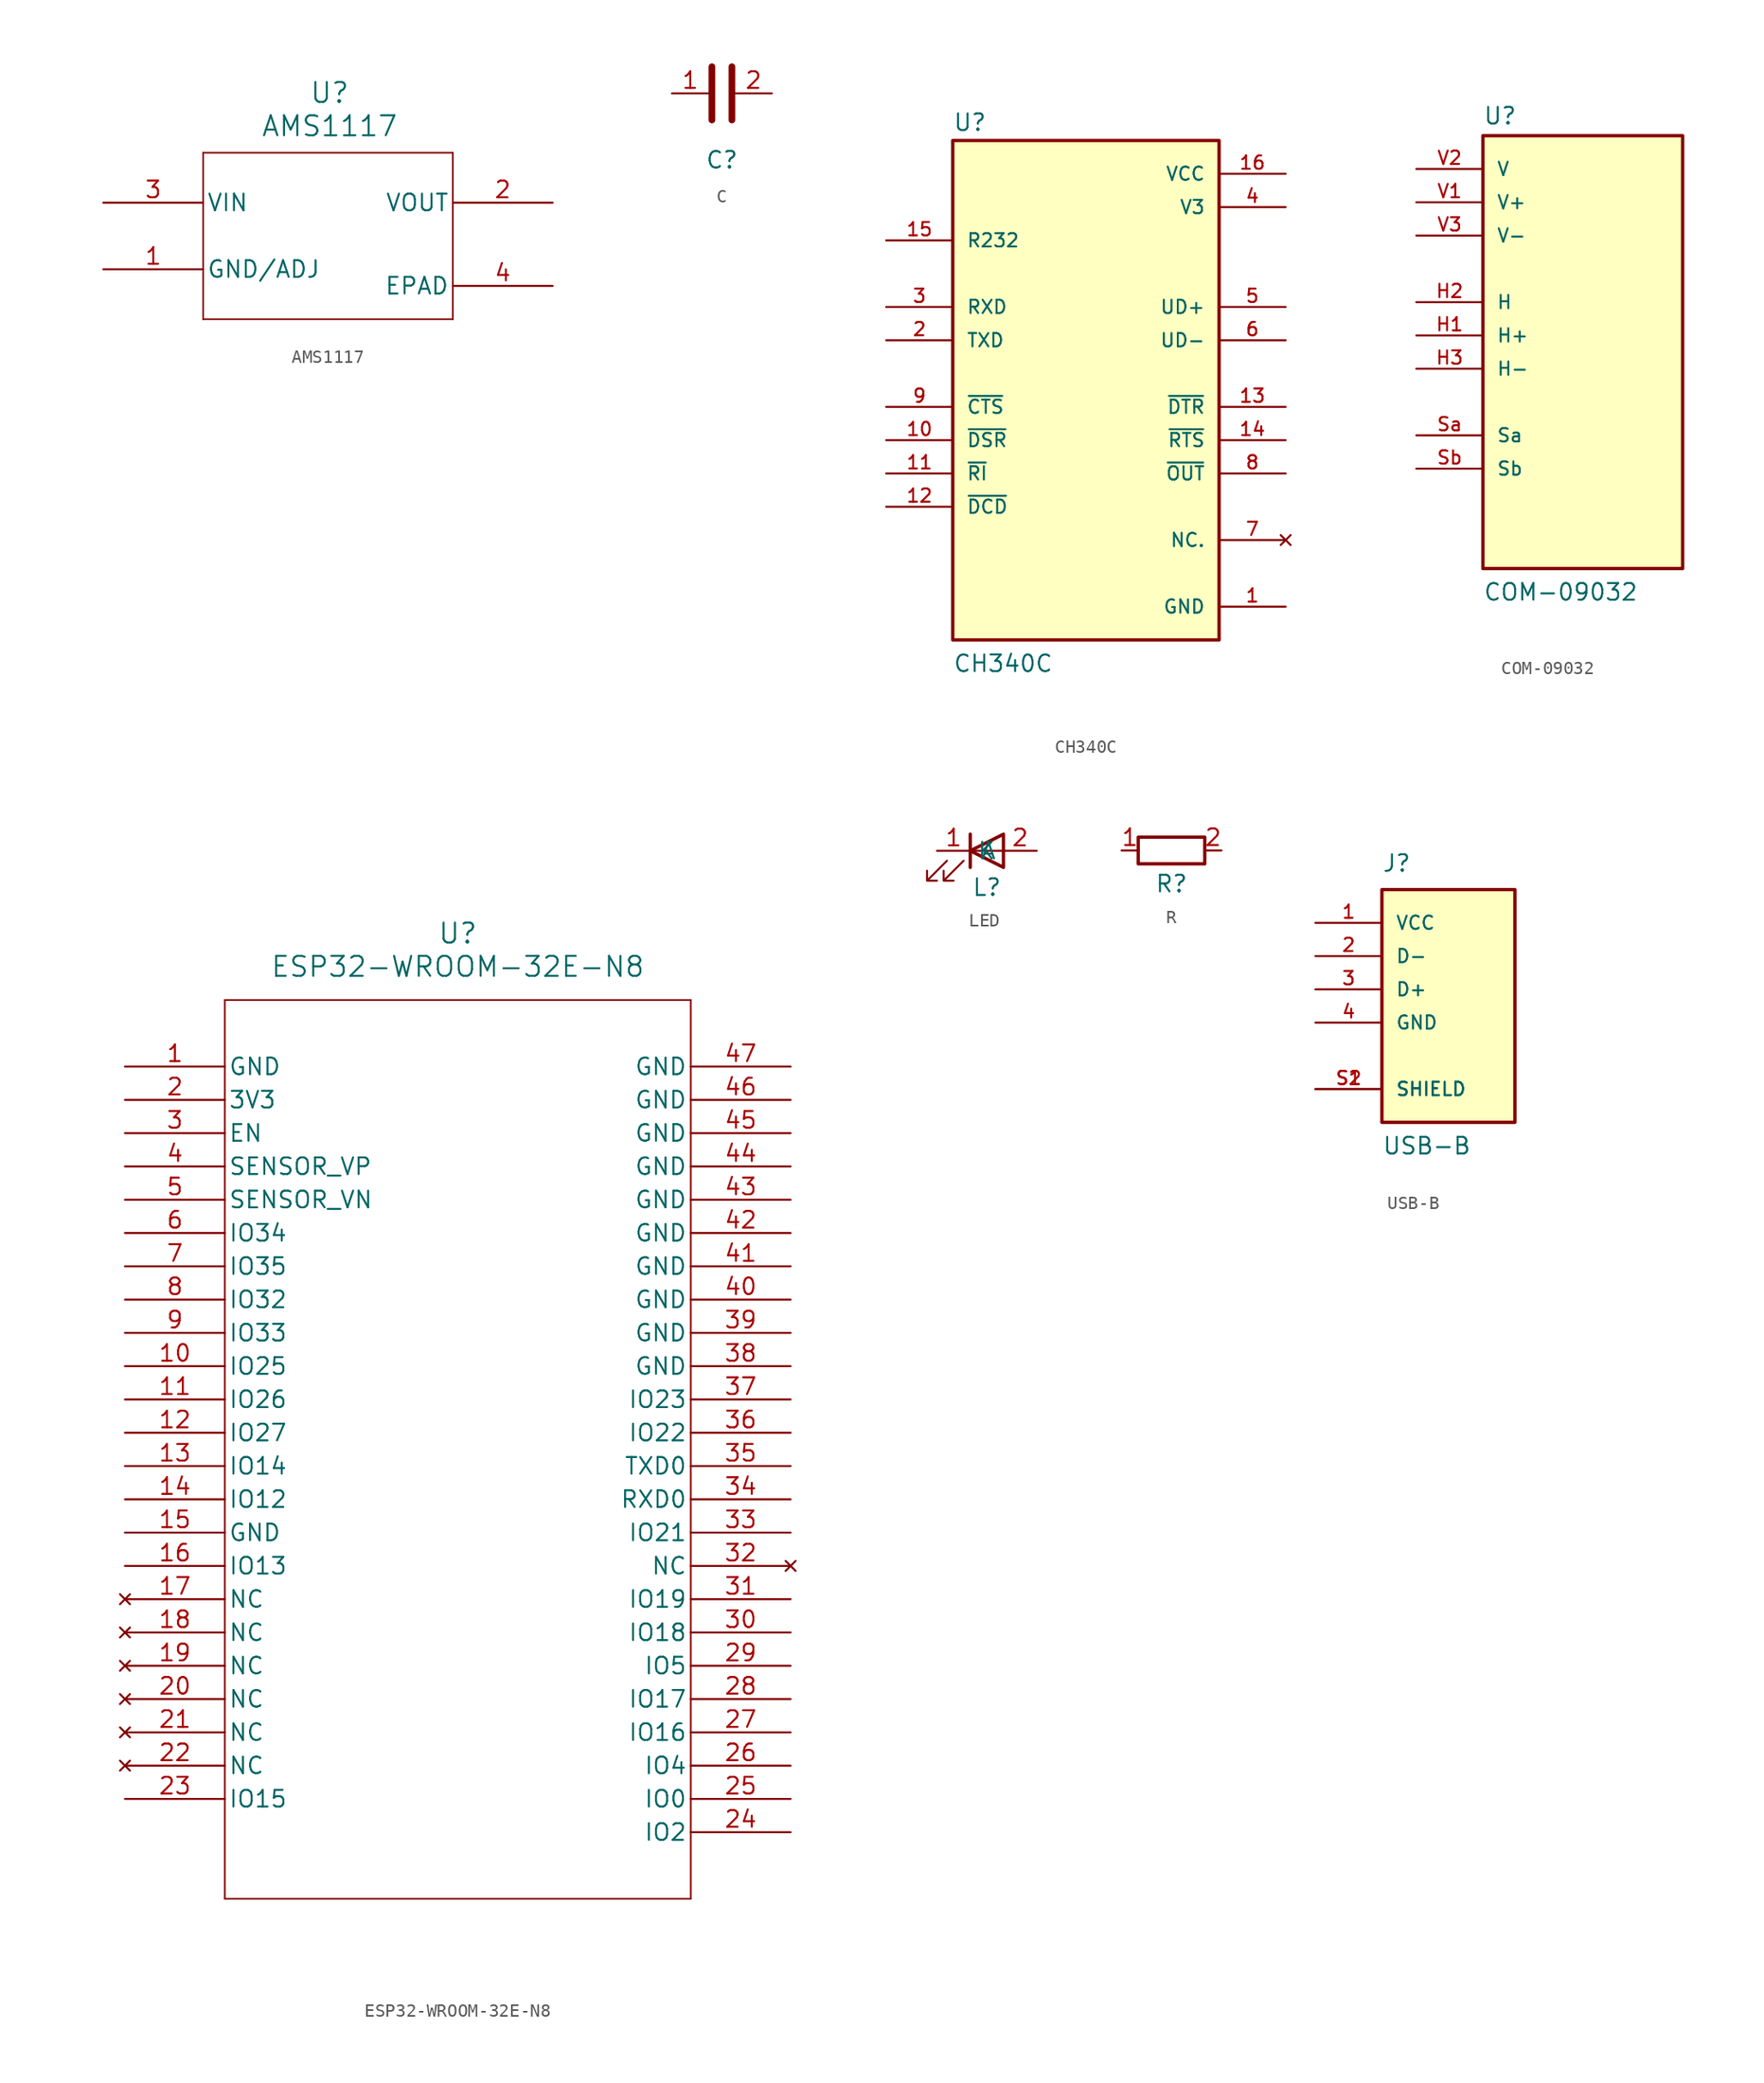
<source format=kicad_sym>
(kicad_symbol_lib
  (version 20231120)
  (generator "kicad_symbol_editor")
  (generator_version "8.0")
  (symbol "AMS1117"
    (pin_names
      (offset 0.254))
    (property "Reference" "U"
      (at -0.508 9.652 0)
      (effects (font (size 1.524 1.524))))
    (property "Value" "AMS1117"
      (at -0.508 7.112 0)
      (effects (font (size 1.524 1.524))))
    (property "ki_locked" ""
      (at 0 0 0)
      (effects (font (size 1.27 1.27))))
    (symbol "AMS1117_0_1"
      (polyline (pts (xy -10.16 -7.62) (xy 8.89 -7.62)) (stroke (width 0.127) (type default)) (fill (type none)))
      (polyline (pts (xy -10.16 5.08) (xy -10.16 -7.62)) (stroke (width 0.127) (type default)) (fill (type none)))
      (polyline (pts (xy 8.89 -7.62) (xy 8.89 5.08)) (stroke (width 0.127) (type default)) (fill (type none)))
      (polyline (pts (xy 8.89 5.08) (xy -10.16 5.08)) (stroke (width 0.127) (type default)) (fill (type none)))
      (pin output line (at 16.51 1.27 180) (length 7.62) (name "VOUT" (effects (font (size 1.27 1.27)))) (number "2" (effects (font (size 1.27 1.27)))))
      (pin input line (at -17.78 1.27 0) (length 7.62) (name "VIN" (effects (font (size 1.27 1.27)))) (number "3" (effects (font (size 1.27 1.27)))))
      (pin power_in line (at 16.51 -5.08 180) (length 7.62) (name "EPAD" (effects (font (size 1.27 1.27)))) (number "4" (effects (font (size 1.27 1.27))))))
    (symbol "AMS1117_1_1"
      (pin power_out line (at -17.78 -3.81 0) (length 7.62) (name "GND/ADJ" (effects (font (size 1.27 1.27)))) (number "1" (effects (font (size 1.27 1.27)))))))
  (symbol "C"
    (property "Reference" "C"
      (at 0 0 0)
      (effects (font (size 1.27 1.27))))
    (property "Value" ""
      (at 0 0 0)
      (effects (font (size 1.27 1.27))))
    (symbol "C_0_1"
      (polyline (pts (xy -0.762 3.048) (xy -0.762 7.112)) (stroke (width 0.508) (type default)) (fill (type none)))
      (polyline (pts (xy 0.762 3.048) (xy 0.762 7.112)) (stroke (width 0.508) (type default)) (fill (type none))))
    (symbol "C_1_1"
      (pin passive line (at -3.81 5.08 0) (length 2.794) (name "~" (effects (font (size 1.27 1.27)))) (number "1" (effects (font (size 1.27 1.27)))))
      (pin passive line (at 3.81 5.08 180) (length 2.794) (name "~" (effects (font (size 1.27 1.27)))) (number "2" (effects (font (size 1.27 1.27)))))))
  (symbol "CH340C"
    (pin_names
      (offset 1.016))
    (property "Reference" "U"
      (at -10.16 20.955 0)
      (effects (font (size 1.27 1.27)) (justify left bottom)))
    (property "Value" "CH340C"
      (at -10.16 -20.32 0)
      (effects (font (size 1.27 1.27)) (justify left bottom)))
    (symbol "CH340C_0_0"
      (rectangle (start -10.16 -17.78) (end 10.16 20.32) (stroke (width 0.254) (type default)) (fill (type background)))
      (pin power_in line (at 15.24 -15.24 180) (length 5.08) (name "GND" (effects (font (size 1.016 1.016)))) (number "1" (effects (font (size 1.016 1.016)))))
      (pin input line (at -15.24 -2.54 0) (length 5.08) (name "~{DSR}" (effects (font (size 1.016 1.016)))) (number "10" (effects (font (size 1.016 1.016)))))
      (pin input line (at -15.24 -5.08 0) (length 5.08) (name "~{RI}" (effects (font (size 1.016 1.016)))) (number "11" (effects (font (size 1.016 1.016)))))
      (pin input line (at -15.24 -7.62 0) (length 5.08) (name "~{DCD}" (effects (font (size 1.016 1.016)))) (number "12" (effects (font (size 1.016 1.016)))))
      (pin output line (at 15.24 0 180) (length 5.08) (name "~{DTR}" (effects (font (size 1.016 1.016)))) (number "13" (effects (font (size 1.016 1.016)))))
      (pin output line (at 15.24 -2.54 180) (length 5.08) (name "~{RTS}" (effects (font (size 1.016 1.016)))) (number "14" (effects (font (size 1.016 1.016)))))
      (pin input line (at -15.24 12.7 0) (length 5.08) (name "R232" (effects (font (size 1.016 1.016)))) (number "15" (effects (font (size 1.016 1.016)))))
      (pin power_in line (at 15.24 17.78 180) (length 5.08) (name "VCC" (effects (font (size 1.016 1.016)))) (number "16" (effects (font (size 1.016 1.016)))))
      (pin output line (at -15.24 5.08 0) (length 5.08) (name "TXD" (effects (font (size 1.016 1.016)))) (number "2" (effects (font (size 1.016 1.016)))))
      (pin input line (at -15.24 7.62 0) (length 5.08) (name "RXD" (effects (font (size 1.016 1.016)))) (number "3" (effects (font (size 1.016 1.016)))))
      (pin power_in line (at 15.24 15.24 180) (length 5.08) (name "V3" (effects (font (size 1.016 1.016)))) (number "4" (effects (font (size 1.016 1.016)))))
      (pin bidirectional line (at 15.24 7.62 180) (length 5.08) (name "UD+" (effects (font (size 1.016 1.016)))) (number "5" (effects (font (size 1.016 1.016)))))
      (pin bidirectional line (at 15.24 5.08 180) (length 5.08) (name "UD-" (effects (font (size 1.016 1.016)))) (number "6" (effects (font (size 1.016 1.016)))))
      (pin no_connect line (at 15.24 -10.16 180) (length 5.08) (name "NC." (effects (font (size 1.016 1.016)))) (number "7" (effects (font (size 1.016 1.016)))))
      (pin output line (at 15.24 -5.08 180) (length 5.08) (name "~{OUT}" (effects (font (size 1.016 1.016)))) (number "8" (effects (font (size 1.016 1.016)))))
      (pin input line (at -15.24 0 0) (length 5.08) (name "~{CTS}" (effects (font (size 1.016 1.016)))) (number "9" (effects (font (size 1.016 1.016)))))))
  (symbol "COM-09032"
    (pin_names
      (offset 1.016))
    (property "Reference" "U"
      (at -7.62 16.002 0)
      (effects (font (size 1.27 1.27)) (justify left bottom)))
    (property "Value" "COM-09032"
      (at -7.62 -20.32 0)
      (effects (font (size 1.27 1.27)) (justify left bottom)))
    (symbol "COM-09032_0_0"
      (rectangle (start -7.62 -17.78) (end 7.62 15.24) (stroke (width 0.254) (type default)) (fill (type background)))
      (pin passive line (at -12.7 0 0) (length 5.08) (name "H+" (effects (font (size 1.016 1.016)))) (number "H1" (effects (font (size 1.016 1.016)))))
      (pin passive line (at -12.7 2.54 0) (length 5.08) (name "H" (effects (font (size 1.016 1.016)))) (number "H2" (effects (font (size 1.016 1.016)))))
      (pin passive line (at -12.7 -2.54 0) (length 5.08) (name "H-" (effects (font (size 1.016 1.016)))) (number "H3" (effects (font (size 1.016 1.016)))))
      (pin passive line (at -12.7 10.16 0) (length 5.08) (name "V+" (effects (font (size 1.016 1.016)))) (number "V1" (effects (font (size 1.016 1.016)))))
      (pin passive line (at -12.7 12.7 0) (length 5.08) (name "V" (effects (font (size 1.016 1.016)))) (number "V2" (effects (font (size 1.016 1.016)))))
      (pin passive line (at -12.7 7.62 0) (length 5.08) (name "V-" (effects (font (size 1.016 1.016)))) (number "V3" (effects (font (size 1.016 1.016))))))
    (symbol "COM-09032_1_0"
      (pin passive line (at -12.7 -7.62 0) (length 5.08) (name "Sa" (effects (font (size 1.016 1.016)))) (number "Sa" (effects (font (size 1.016 1.016)))))
      (pin passive line (at -12.7 -10.16 0) (length 5.08) (name "Sb" (effects (font (size 1.016 1.016)))) (number "Sb" (effects (font (size 1.016 1.016)))))))
  (symbol "ESP32-WROOM-32E-N8"
    (pin_names
      (offset 0.254))
    (property "Reference" "U"
      (at 25.4 10.16 0)
      (effects (font (size 1.524 1.524))))
    (property "Value" "ESP32-WROOM-32E-N8"
      (at 25.4 7.62 0)
      (effects (font (size 1.524 1.524))))
    (property "ki_locked" ""
      (at 0 0 0)
      (effects (font (size 1.27 1.27))))
    (symbol "ESP32-WROOM-32E-N8_0_1"
      (polyline (pts (xy 7.62 -63.5) (xy 43.18 -63.5)) (stroke (width 0.127) (type default)) (fill (type none)))
      (polyline (pts (xy 7.62 5.08) (xy 7.62 -63.5)) (stroke (width 0.127) (type default)) (fill (type none)))
      (polyline (pts (xy 43.18 -63.5) (xy 43.18 5.08)) (stroke (width 0.127) (type default)) (fill (type none)))
      (polyline (pts (xy 43.18 5.08) (xy 7.62 5.08)) (stroke (width 0.127) (type default)) (fill (type none)))
      (pin power_out line (at 0 0 0) (length 7.62) (name "GND" (effects (font (size 1.27 1.27)))) (number "1" (effects (font (size 1.27 1.27)))))
      (pin bidirectional line (at 0 -22.86 0) (length 7.62) (name "IO25" (effects (font (size 1.27 1.27)))) (number "10" (effects (font (size 1.27 1.27)))))
      (pin bidirectional line (at 0 -25.4 0) (length 7.62) (name "IO26" (effects (font (size 1.27 1.27)))) (number "11" (effects (font (size 1.27 1.27)))))
      (pin bidirectional line (at 0 -27.94 0) (length 7.62) (name "IO27" (effects (font (size 1.27 1.27)))) (number "12" (effects (font (size 1.27 1.27)))))
      (pin bidirectional line (at 0 -30.48 0) (length 7.62) (name "IO14" (effects (font (size 1.27 1.27)))) (number "13" (effects (font (size 1.27 1.27)))))
      (pin bidirectional line (at 0 -33.02 0) (length 7.62) (name "IO12" (effects (font (size 1.27 1.27)))) (number "14" (effects (font (size 1.27 1.27)))))
      (pin power_out line (at 0 -35.56 0) (length 7.62) (name "GND" (effects (font (size 1.27 1.27)))) (number "15" (effects (font (size 1.27 1.27)))))
      (pin bidirectional line (at 0 -38.1 0) (length 7.62) (name "IO13" (effects (font (size 1.27 1.27)))) (number "16" (effects (font (size 1.27 1.27)))))
      (pin no_connect line (at 0 -40.64 0) (length 7.62) (name "NC" (effects (font (size 1.27 1.27)))) (number "17" (effects (font (size 1.27 1.27)))))
      (pin no_connect line (at 0 -43.18 0) (length 7.62) (name "NC" (effects (font (size 1.27 1.27)))) (number "18" (effects (font (size 1.27 1.27)))))
      (pin no_connect line (at 0 -45.72 0) (length 7.62) (name "NC" (effects (font (size 1.27 1.27)))) (number "19" (effects (font (size 1.27 1.27)))))
      (pin power_in line (at 0 -2.54 0) (length 7.62) (name "3V3" (effects (font (size 1.27 1.27)))) (number "2" (effects (font (size 1.27 1.27)))))
      (pin no_connect line (at 0 -48.26 0) (length 7.62) (name "NC" (effects (font (size 1.27 1.27)))) (number "20" (effects (font (size 1.27 1.27)))))
      (pin no_connect line (at 0 -50.8 0) (length 7.62) (name "NC" (effects (font (size 1.27 1.27)))) (number "21" (effects (font (size 1.27 1.27)))))
      (pin no_connect line (at 0 -53.34 0) (length 7.62) (name "NC" (effects (font (size 1.27 1.27)))) (number "22" (effects (font (size 1.27 1.27)))))
      (pin bidirectional line (at 0 -55.88 0) (length 7.62) (name "IO15" (effects (font (size 1.27 1.27)))) (number "23" (effects (font (size 1.27 1.27)))))
      (pin bidirectional line (at 50.8 -58.42 180) (length 7.62) (name "IO2" (effects (font (size 1.27 1.27)))) (number "24" (effects (font (size 1.27 1.27)))))
      (pin bidirectional line (at 50.8 -55.88 180) (length 7.62) (name "IO0" (effects (font (size 1.27 1.27)))) (number "25" (effects (font (size 1.27 1.27)))))
      (pin bidirectional line (at 50.8 -53.34 180) (length 7.62) (name "IO4" (effects (font (size 1.27 1.27)))) (number "26" (effects (font (size 1.27 1.27)))))
      (pin bidirectional line (at 50.8 -50.8 180) (length 7.62) (name "IO16" (effects (font (size 1.27 1.27)))) (number "27" (effects (font (size 1.27 1.27)))))
      (pin bidirectional line (at 50.8 -48.26 180) (length 7.62) (name "IO17" (effects (font (size 1.27 1.27)))) (number "28" (effects (font (size 1.27 1.27)))))
      (pin bidirectional line (at 50.8 -45.72 180) (length 7.62) (name "IO5" (effects (font (size 1.27 1.27)))) (number "29" (effects (font (size 1.27 1.27)))))
      (pin input line (at 0 -5.08 0) (length 7.62) (name "EN" (effects (font (size 1.27 1.27)))) (number "3" (effects (font (size 1.27 1.27)))))
      (pin bidirectional line (at 50.8 -43.18 180) (length 7.62) (name "IO18" (effects (font (size 1.27 1.27)))) (number "30" (effects (font (size 1.27 1.27)))))
      (pin bidirectional line (at 50.8 -40.64 180) (length 7.62) (name "IO19" (effects (font (size 1.27 1.27)))) (number "31" (effects (font (size 1.27 1.27)))))
      (pin no_connect line (at 50.8 -38.1 180) (length 7.62) (name "NC" (effects (font (size 1.27 1.27)))) (number "32" (effects (font (size 1.27 1.27)))))
      (pin bidirectional line (at 50.8 -35.56 180) (length 7.62) (name "IO21" (effects (font (size 1.27 1.27)))) (number "33" (effects (font (size 1.27 1.27)))))
      (pin bidirectional line (at 50.8 -33.02 180) (length 7.62) (name "RXD0" (effects (font (size 1.27 1.27)))) (number "34" (effects (font (size 1.27 1.27)))))
      (pin bidirectional line (at 50.8 -30.48 180) (length 7.62) (name "TXD0" (effects (font (size 1.27 1.27)))) (number "35" (effects (font (size 1.27 1.27)))))
      (pin bidirectional line (at 50.8 -27.94 180) (length 7.62) (name "IO22" (effects (font (size 1.27 1.27)))) (number "36" (effects (font (size 1.27 1.27)))))
      (pin bidirectional line (at 50.8 -25.4 180) (length 7.62) (name "IO23" (effects (font (size 1.27 1.27)))) (number "37" (effects (font (size 1.27 1.27)))))
      (pin power_out line (at 50.8 -22.86 180) (length 7.62) (name "GND" (effects (font (size 1.27 1.27)))) (number "38" (effects (font (size 1.27 1.27)))))
      (pin power_out line (at 50.8 -20.32 180) (length 7.62) (name "GND" (effects (font (size 1.27 1.27)))) (number "39" (effects (font (size 1.27 1.27)))))
      (pin input line (at 0 -7.62 0) (length 7.62) (name "SENSOR_VP" (effects (font (size 1.27 1.27)))) (number "4" (effects (font (size 1.27 1.27)))))
      (pin power_out line (at 50.8 -17.78 180) (length 7.62) (name "GND" (effects (font (size 1.27 1.27)))) (number "40" (effects (font (size 1.27 1.27)))))
      (pin power_out line (at 50.8 -15.24 180) (length 7.62) (name "GND" (effects (font (size 1.27 1.27)))) (number "41" (effects (font (size 1.27 1.27)))))
      (pin power_out line (at 50.8 -12.7 180) (length 7.62) (name "GND" (effects (font (size 1.27 1.27)))) (number "42" (effects (font (size 1.27 1.27)))))
      (pin power_out line (at 50.8 -10.16 180) (length 7.62) (name "GND" (effects (font (size 1.27 1.27)))) (number "43" (effects (font (size 1.27 1.27)))))
      (pin power_out line (at 50.8 -7.62 180) (length 7.62) (name "GND" (effects (font (size 1.27 1.27)))) (number "44" (effects (font (size 1.27 1.27)))))
      (pin power_out line (at 50.8 -5.08 180) (length 7.62) (name "GND" (effects (font (size 1.27 1.27)))) (number "45" (effects (font (size 1.27 1.27)))))
      (pin power_out line (at 50.8 -2.54 180) (length 7.62) (name "GND" (effects (font (size 1.27 1.27)))) (number "46" (effects (font (size 1.27 1.27)))))
      (pin power_out line (at 50.8 0 180) (length 7.62) (name "GND" (effects (font (size 1.27 1.27)))) (number "47" (effects (font (size 1.27 1.27)))))
      (pin input line (at 0 -10.16 0) (length 7.62) (name "SENSOR_VN" (effects (font (size 1.27 1.27)))) (number "5" (effects (font (size 1.27 1.27)))))
      (pin input line (at 0 -12.7 0) (length 7.62) (name "IO34" (effects (font (size 1.27 1.27)))) (number "6" (effects (font (size 1.27 1.27)))))
      (pin input line (at 0 -15.24 0) (length 7.62) (name "IO35" (effects (font (size 1.27 1.27)))) (number "7" (effects (font (size 1.27 1.27)))))
      (pin bidirectional line (at 0 -17.78 0) (length 7.62) (name "IO32" (effects (font (size 1.27 1.27)))) (number "8" (effects (font (size 1.27 1.27)))))
      (pin bidirectional line (at 0 -20.32 0) (length 7.62) (name "IO33" (effects (font (size 1.27 1.27)))) (number "9" (effects (font (size 1.27 1.27)))))))
  (symbol "LED"
    (property "Reference" "L"
      (at 0 -0.254 0)
      (effects (font (size 1.27 1.27))))
    (property "Value" ""
      (at 0 0 0)
      (effects (font (size 1.27 1.27))))
    (symbol "LED_0_1"
      (polyline (pts (xy -1.27 1.27) (xy -1.27 3.81)) (stroke (width 0.254) (type default)) (fill (type none)))
      (polyline (pts (xy -1.27 2.54) (xy 1.27 2.54)) (stroke (width 0) (type default)) (fill (type none)))
      (polyline (pts (xy 1.27 1.27) (xy 1.27 3.81) (xy -1.27 2.54) (xy 1.27 1.27)) (stroke (width 0.254) (type default)) (fill (type none)))
      (polyline (pts (xy -3.048 1.778) (xy -4.572 0.254) (xy -3.81 0.254) (xy -4.572 0.254) (xy -4.572 1.016)) (stroke (width 0) (type default)) (fill (type none)))
      (polyline (pts (xy -1.778 1.778) (xy -3.302 0.254) (xy -2.54 0.254) (xy -3.302 0.254) (xy -3.302 1.016)) (stroke (width 0) (type default)) (fill (type none))))
    (symbol "LED_1_1"
      (pin passive line (at -3.81 2.54 0) (length 2.54) (name "K" (effects (font (size 1.27 1.27)))) (number "1" (effects (font (size 1.27 1.27)))))
      (pin passive line (at 3.81 2.54 180) (length 2.54) (name "A" (effects (font (size 1.27 1.27)))) (number "2" (effects (font (size 1.27 1.27)))))))
  (symbol "R"
    (property "Reference" "R"
      (at 0 0 0)
      (effects (font (size 1.27 1.27))))
    (property "Value" ""
      (at 0 0 0)
      (effects (font (size 1.27 1.27))))
    (symbol "R_0_1"
      (rectangle (start 2.54 1.524) (end -2.54 3.556) (stroke (width 0.254) (type default)) (fill (type none))))
    (symbol "R_1_1"
      (pin passive line (at -3.81 2.54 0) (length 1.27) (name "~" (effects (font (size 1.27 1.27)))) (number "1" (effects (font (size 1.27 1.27)))))
      (pin passive line (at 3.81 2.54 180) (length 1.27) (name "~" (effects (font (size 1.27 1.27)))) (number "2" (effects (font (size 1.27 1.27)))))))
  (symbol "USB-B"
    (pin_names
      (offset 1.016))
    (property "Reference" "J"
      (at -5.08 8.89 0)
      (effects (font (size 1.27 1.27)) (justify left bottom)))
    (property "Value" "USB-B"
      (at -5.08 -12.7 0)
      (effects (font (size 1.27 1.27)) (justify left bottom)))
    (symbol "USB-B_0_0"
      (rectangle (start -5.08 7.62) (end 5.08 -10.16) (stroke (width 0.254) (type default)) (fill (type background)))
      (pin power_in line (at -10.16 5.08 0) (length 5.08) (name "VCC" (effects (font (size 1.016 1.016)))) (number "1" (effects (font (size 1.016 1.016)))))
      (pin bidirectional line (at -10.16 2.54 0) (length 5.08) (name "D-" (effects (font (size 1.016 1.016)))) (number "2" (effects (font (size 1.016 1.016)))))
      (pin bidirectional line (at -10.16 0 0) (length 5.08) (name "D+" (effects (font (size 1.016 1.016)))) (number "3" (effects (font (size 1.016 1.016)))))
      (pin power_in line (at -10.16 -2.54 0) (length 5.08) (name "GND" (effects (font (size 1.016 1.016)))) (number "4" (effects (font (size 1.016 1.016)))))
      (pin passive line (at -10.16 -7.62 0) (length 5.08) (name "SHIELD" (effects (font (size 1.016 1.016)))) (number "S1" (effects (font (size 1.016 1.016)))))
      (pin passive line (at -10.16 -7.62 0) (length 5.08) (name "SHIELD" (effects (font (size 1.016 1.016)))) (number "S2" (effects (font (size 1.016 1.016))))))))
</source>
